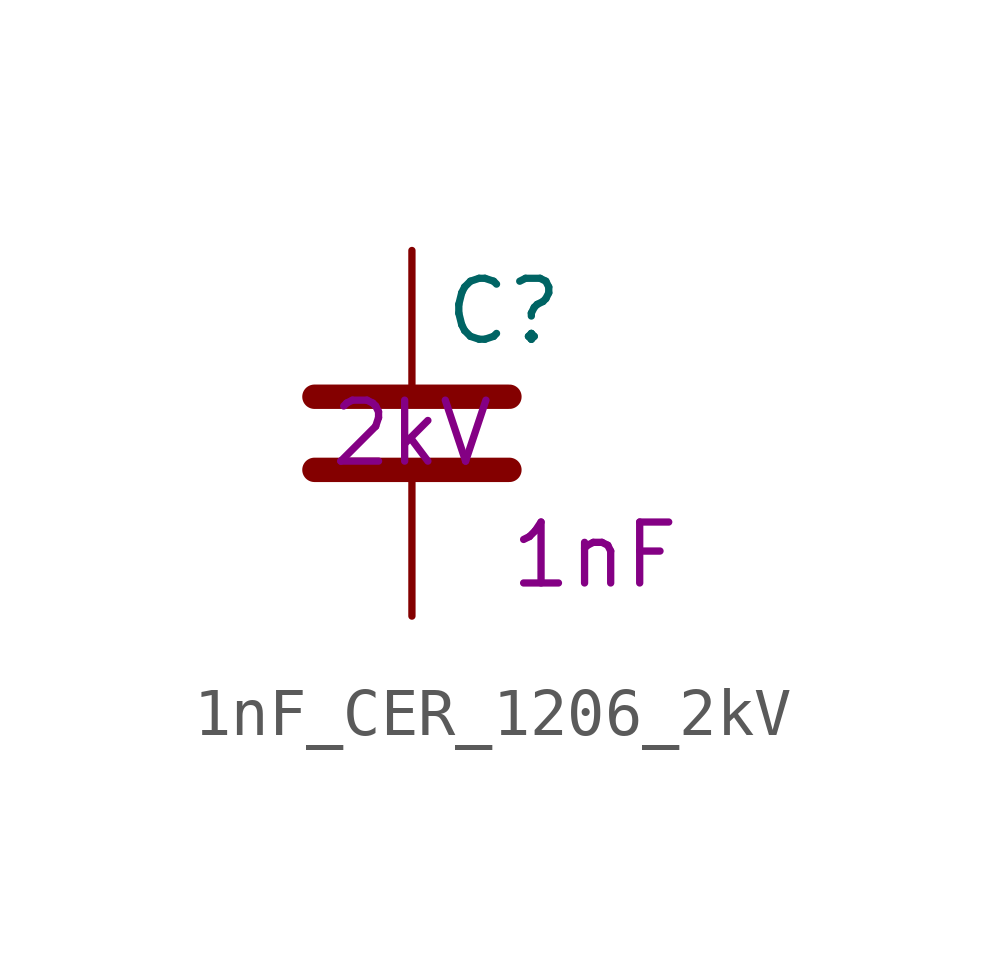
<source format=kicad_sym>
(kicad_symbol_lib
  (version 20211014)
  (generator kicad_symbol_editor)
  (symbol "1nF_CER_1206_2kV"
    (pin_numbers hide)
    (pin_names
      (offset 0.254))
    (property "Reference" "C"
      (at 0.635 2.54 0)
      (effects (font (size 1.27 1.27)) (justify left)))
    (property "Capacitance" "1nF"
      (at 3.81 -2.54 0)
      (effects (font (size 1.27 1.27))))
    (property "Voltage Rating" "2kV"
      (at 0 0 0)
      (effects (font (size 1.27 1.27))))
    (symbol "1nF_CER_1206_2kV_0_1"
      (polyline (pts (xy -2.032 -0.762) (xy 2.032 -0.762)) (stroke (width 0.508) (type default) (color 0 0 0 0)) (fill (type none)))
      (polyline (pts (xy -2.032 0.762) (xy 2.032 0.762)) (stroke (width 0.508) (type default) (color 0 0 0 0)) (fill (type none))))
    (symbol "1nF_CER_1206_2kV_1_1"
      (pin passive line (at 0 3.81 270) (length 2.794) (name "~" (effects (font (size 1.27 1.27)))) (number "1" (effects (font (size 1.27 1.27)))))
      (pin passive line (at 0 -3.81 90) (length 2.794) (name "~" (effects (font (size 1.27 1.27)))) (number "2" (effects (font (size 1.27 1.27))))))))
</source>
